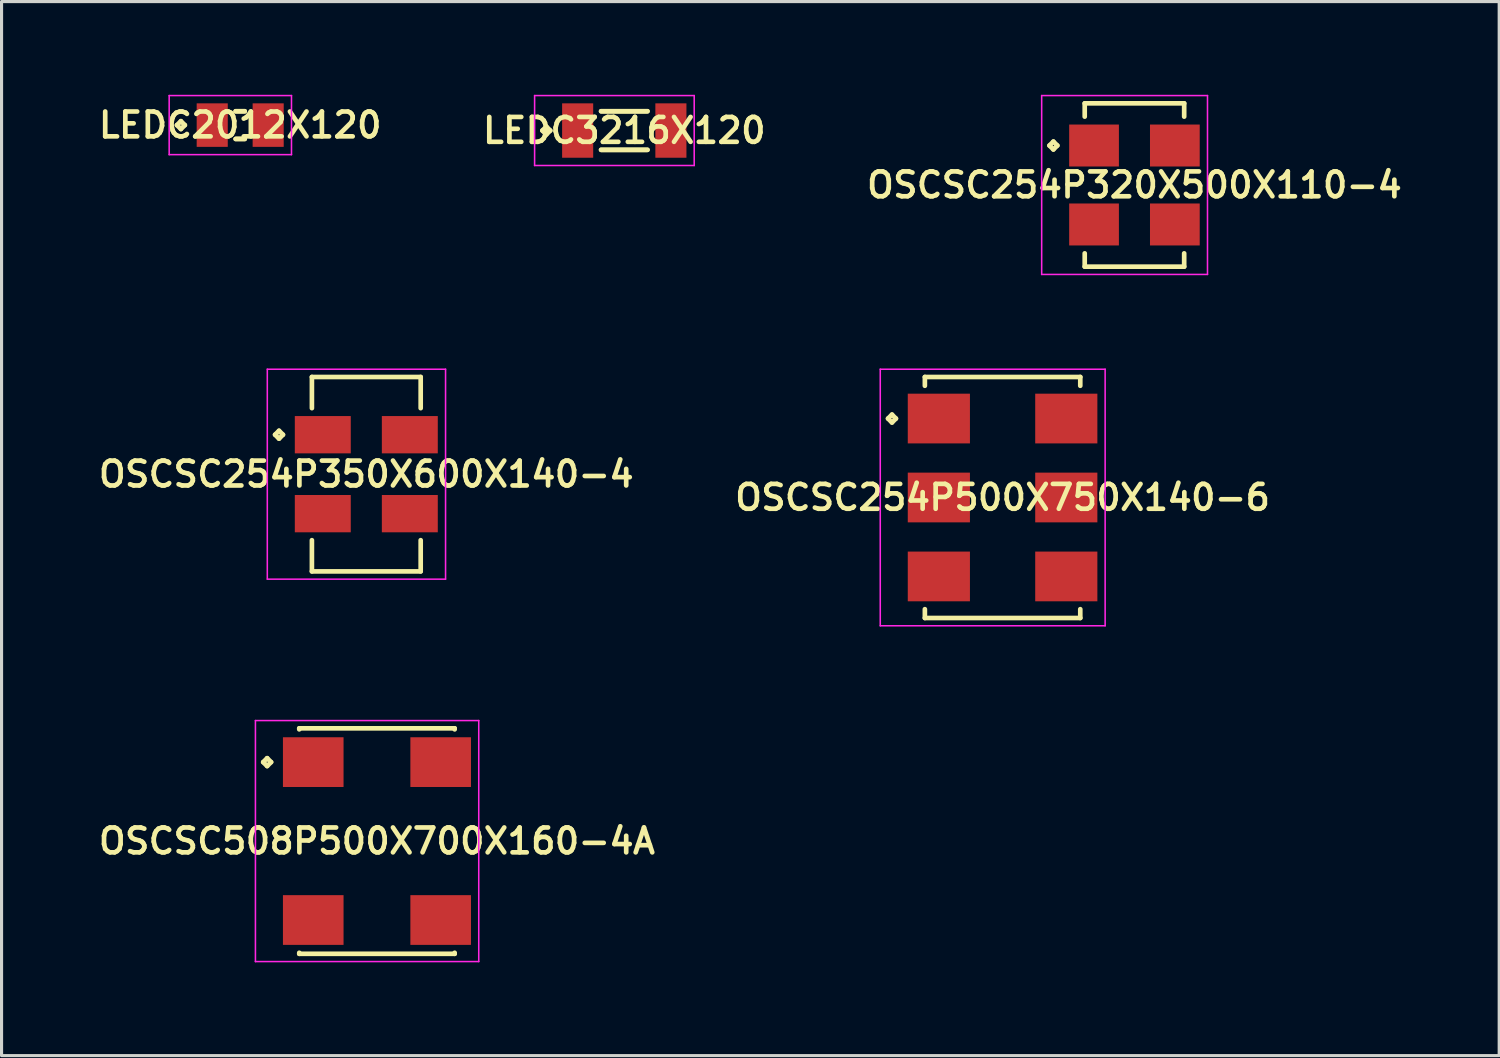
<source format=kicad_pcb>
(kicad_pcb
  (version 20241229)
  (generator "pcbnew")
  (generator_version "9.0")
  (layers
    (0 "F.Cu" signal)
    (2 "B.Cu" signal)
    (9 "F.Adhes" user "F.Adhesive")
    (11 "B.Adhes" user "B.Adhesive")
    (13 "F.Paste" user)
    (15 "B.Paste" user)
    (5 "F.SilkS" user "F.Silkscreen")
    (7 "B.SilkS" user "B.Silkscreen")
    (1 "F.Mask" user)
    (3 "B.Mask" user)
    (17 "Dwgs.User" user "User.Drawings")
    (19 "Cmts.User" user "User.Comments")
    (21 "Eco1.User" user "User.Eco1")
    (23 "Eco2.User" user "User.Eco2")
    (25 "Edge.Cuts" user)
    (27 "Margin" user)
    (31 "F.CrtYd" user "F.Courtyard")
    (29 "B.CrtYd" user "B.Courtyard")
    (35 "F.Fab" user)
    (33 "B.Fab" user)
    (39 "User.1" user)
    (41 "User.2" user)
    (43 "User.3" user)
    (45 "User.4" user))
  (footprint "OSCSC254P320X500X110-4"
    (layer "F.Cu")
    (at 33.449 2.902)
    (property "Reference" "OSCSC254P320X500X110-4" (at 0 0 0) (layer "F.SilkS") (effects (font (size 0.8 0.8) (thickness 0.15))))
    (attr smd)
    (fp_line (start -2.735 -1.27) (end -2.608 -1.397) (stroke (width 0.15) (type solid)) (layer "F.SilkS"))
    (fp_line (start -2.608 -1.397) (end -2.481 -1.27) (stroke (width 0.15) (type solid)) (layer "F.SilkS"))
    (fp_line (start -2.608 -1.143) (end -2.735 -1.27) (stroke (width 0.15) (type solid)) (layer "F.SilkS"))
    (fp_line (start -2.481 -1.27) (end -2.608 -1.143) (stroke (width 0.15) (type solid)) (layer "F.SilkS"))
    (fp_line (start -1.6 -2.627) (end 1.6 -2.627) (stroke (width 0.15) (type solid)) (layer "F.SilkS"))
    (fp_line (start -1.6 -2.199) (end -1.6 -2.627) (stroke (width 0.15) (type solid)) (layer "F.SilkS"))
    (fp_line (start -1.6 2.199) (end -1.6 2.627) (stroke (width 0.15) (type solid)) (layer "F.SilkS"))
    (fp_line (start -1.6 2.627) (end 1.6 2.627) (stroke (width 0.15) (type solid)) (layer "F.SilkS"))
    (fp_line (start 1.6 -2.627) (end 1.6 -2.199) (stroke (width 0.15) (type solid)) (layer "F.SilkS"))
    (fp_line (start 1.6 2.627) (end 1.6 2.199) (stroke (width 0.15) (type solid)) (layer "F.SilkS"))
    (fp_line (start -2.985 -2.877) (end 2.35 -2.877) (stroke (width 0.05) (type solid)) (layer "F.CrtYd"))
    (fp_line (start -2.985 2.877) (end -2.985 -2.877) (stroke (width 0.05) (type solid)) (layer "F.CrtYd"))
    (fp_line (start 2.35 -2.877) (end 2.35 2.877) (stroke (width 0.05) (type solid)) (layer "F.CrtYd"))
    (fp_line (start 2.35 2.877) (end -2.985 2.877) (stroke (width 0.05) (type solid)) (layer "F.CrtYd"))
    (pad "1" smd rect (at -1.3 -1.27) (size 1.6 1.35) (layers "F.Cu" "F.Mask" "F.Paste"))
    (pad "2" smd rect (at -1.3 1.27) (size 1.6 1.35) (layers "F.Cu" "F.Mask" "F.Paste"))
    (pad "3" smd rect (at 1.3 1.27) (size 1.6 1.35) (layers "F.Cu" "F.Mask" "F.Paste"))
    (pad "4" smd rect (at 1.3 -1.27) (size 1.6 1.35) (layers "F.Cu" "F.Mask" "F.Paste")))
  (footprint "OSCSC254P350X600X140-4"
    (layer "F.Cu")
    (at 8.735 12.206)
    (property "Reference" "OSCSC254P350X600X140-4" (at 0 0 0) (layer "F.SilkS") (effects (font (size 0.8 0.8) (thickness 0.15))))
    (attr smd)
    (fp_line (start -2.935 -1.27) (end -2.808 -1.397) (stroke (width 0.15) (type solid)) (layer "F.SilkS"))
    (fp_line (start -2.808 -1.397) (end -2.681 -1.27) (stroke (width 0.15) (type solid)) (layer "F.SilkS"))
    (fp_line (start -2.808 -1.143) (end -2.935 -1.27) (stroke (width 0.15) (type solid)) (layer "F.SilkS"))
    (fp_line (start -2.681 -1.27) (end -2.808 -1.143) (stroke (width 0.15) (type solid)) (layer "F.SilkS"))
    (fp_line (start -1.75 -3.127) (end 1.75 -3.127) (stroke (width 0.15) (type solid)) (layer "F.SilkS"))
    (fp_line (start -1.75 -2.124) (end -1.75 -3.127) (stroke (width 0.15) (type solid)) (layer "F.SilkS"))
    (fp_line (start -1.75 2.124) (end -1.75 3.127) (stroke (width 0.15) (type solid)) (layer "F.SilkS"))
    (fp_line (start -1.75 3.127) (end 1.75 3.127) (stroke (width 0.15) (type solid)) (layer "F.SilkS"))
    (fp_line (start 1.75 -3.127) (end 1.75 -2.124) (stroke (width 0.15) (type solid)) (layer "F.SilkS"))
    (fp_line (start 1.75 3.127) (end 1.75 2.124) (stroke (width 0.15) (type solid)) (layer "F.SilkS"))
    (fp_line (start -3.185 -3.377) (end 2.55 -3.377) (stroke (width 0.05) (type solid)) (layer "F.CrtYd"))
    (fp_line (start -3.185 3.377) (end -3.185 -3.377) (stroke (width 0.05) (type solid)) (layer "F.CrtYd"))
    (fp_line (start 2.55 -3.377) (end 2.55 3.377) (stroke (width 0.05) (type solid)) (layer "F.CrtYd"))
    (fp_line (start 2.55 3.377) (end -3.185 3.377) (stroke (width 0.05) (type solid)) (layer "F.CrtYd"))
    (pad "1" smd rect (at -1.4 -1.27) (size 1.8 1.2) (layers "F.Cu" "F.Mask" "F.Paste"))
    (pad "2" smd rect (at -1.4 1.27) (size 1.8 1.2) (layers "F.Cu" "F.Mask" "F.Paste"))
    (pad "3" smd rect (at 1.4 1.27) (size 1.8 1.2) (layers "F.Cu" "F.Mask" "F.Paste"))
    (pad "4" smd rect (at 1.4 -1.27) (size 1.8 1.2) (layers "F.Cu" "F.Mask" "F.Paste")))
  (footprint "LEDC3216X120"
    (layer "F.Cu")
    (at 17.035 1.15)
    (property "Reference" "LEDC3216X120" (at 0 0 0) (layer "F.SilkS") (effects (font (size 0.8 0.8) (thickness 0.15))))
    (attr smd)
    (fp_line (start -2.635 0) (end -2.508 -0.127) (stroke (width 0.15) (type solid)) (layer "F.SilkS"))
    (fp_line (start -2.508 -0.127) (end -2.381 0) (stroke (width 0.15) (type solid)) (layer "F.SilkS"))
    (fp_line (start -2.508 0.127) (end -2.635 0) (stroke (width 0.15) (type solid)) (layer "F.SilkS"))
    (fp_line (start -2.381 0) (end -2.508 0.127) (stroke (width 0.15) (type solid)) (layer "F.SilkS"))
    (fp_line (start -0.746 -0.621) (end 0.746 -0.621) (stroke (width 0.15) (type solid)) (layer "F.SilkS"))
    (fp_line (start -0.746 0.621) (end 0.746 0.621) (stroke (width 0.15) (type solid)) (layer "F.SilkS"))
    (fp_line (start 0.746 -0.621) (end -0.746 -0.621) (stroke (width 0.15) (type solid)) (layer "F.SilkS"))
    (fp_line (start 0.746 0.621) (end -0.746 0.621) (stroke (width 0.15) (type solid)) (layer "F.SilkS"))
    (fp_line (start -2.885 -1.125) (end 2.25 -1.125) (stroke (width 0.05) (type solid)) (layer "F.CrtYd"))
    (fp_line (start -2.885 1.125) (end -2.885 -1.125) (stroke (width 0.05) (type solid)) (layer "F.CrtYd"))
    (fp_line (start 2.25 -1.125) (end 2.25 1.125) (stroke (width 0.05) (type solid)) (layer "F.CrtYd"))
    (fp_line (start 2.25 1.125) (end -2.885 1.125) (stroke (width 0.05) (type solid)) (layer "F.CrtYd"))
    (pad "1" smd rect (at -1.5 0) (size 1 1.75) (layers "F.Cu" "F.Mask" "F.Paste"))
    (pad "2" smd rect (at 1.5 0) (size 1 1.75) (layers "F.Cu" "F.Mask" "F.Paste")))
  (footprint "OSCSC508P500X700X160-4A"
    (layer "F.Cu")
    (at 9.078 24.01)
    (property "Reference" "OSCSC508P500X700X160-4A" (at 0 0 0) (layer "F.SilkS") (effects (font (size 0.8 0.8) (thickness 0.15))))
    (attr smd)
    (fp_line (start -3.66 -2.54) (end -3.533 -2.667) (stroke (width 0.15) (type solid)) (layer "F.SilkS"))
    (fp_line (start -3.533 -2.667) (end -3.406 -2.54) (stroke (width 0.15) (type solid)) (layer "F.SilkS"))
    (fp_line (start -3.533 -2.413) (end -3.66 -2.54) (stroke (width 0.15) (type solid)) (layer "F.SilkS"))
    (fp_line (start -3.406 -2.54) (end -3.533 -2.413) (stroke (width 0.15) (type solid)) (layer "F.SilkS"))
    (fp_line (start -2.5 -3.627) (end 2.5 -3.627) (stroke (width 0.15) (type solid)) (layer "F.SilkS"))
    (fp_line (start -2.5 -3.594) (end -2.5 -3.627) (stroke (width 0.15) (type solid)) (layer "F.SilkS"))
    (fp_line (start -2.5 3.594) (end -2.5 3.627) (stroke (width 0.15) (type solid)) (layer "F.SilkS"))
    (fp_line (start -2.5 3.627) (end 2.5 3.627) (stroke (width 0.15) (type solid)) (layer "F.SilkS"))
    (fp_line (start 2.5 -3.627) (end 2.5 -3.594) (stroke (width 0.15) (type solid)) (layer "F.SilkS"))
    (fp_line (start 2.5 3.627) (end 2.5 3.594) (stroke (width 0.15) (type solid)) (layer "F.SilkS"))
    (fp_line (start -3.91 -3.877) (end 3.275 -3.877) (stroke (width 0.05) (type solid)) (layer "F.CrtYd"))
    (fp_line (start -3.91 3.877) (end -3.91 -3.877) (stroke (width 0.05) (type solid)) (layer "F.CrtYd"))
    (fp_line (start 3.275 -3.877) (end 3.275 3.877) (stroke (width 0.05) (type solid)) (layer "F.CrtYd"))
    (fp_line (start 3.275 3.877) (end -3.91 3.877) (stroke (width 0.05) (type solid)) (layer "F.CrtYd"))
    (pad "1" smd rect (at -2.05 -2.54) (size 1.95 1.6) (layers "F.Cu" "F.Mask" "F.Paste"))
    (pad "2" smd rect (at -2.05 2.54) (size 1.95 1.6) (layers "F.Cu" "F.Mask" "F.Paste"))
    (pad "3" smd rect (at 2.05 2.54) (size 1.95 1.6) (layers "F.Cu" "F.Mask" "F.Paste"))
    (pad "4" smd rect (at 2.05 -2.54) (size 1.95 1.6) (layers "F.Cu" "F.Mask" "F.Paste")))
  (footprint "OSCSC254P500X750X140-6"
    (layer "F.Cu")
    (at 29.206 12.956)
    (property "Reference" "OSCSC254P500X750X140-6" (at 0 0 0) (layer "F.SilkS") (effects (font (size 0.8 0.8) (thickness 0.15))))
    (attr smd)
    (fp_line (start -3.685 -2.54) (end -3.558 -2.667) (stroke (width 0.15) (type solid)) (layer "F.SilkS"))
    (fp_line (start -3.558 -2.667) (end -3.431 -2.54) (stroke (width 0.15) (type solid)) (layer "F.SilkS"))
    (fp_line (start -3.558 -2.413) (end -3.685 -2.54) (stroke (width 0.15) (type solid)) (layer "F.SilkS"))
    (fp_line (start -3.431 -2.54) (end -3.558 -2.413) (stroke (width 0.15) (type solid)) (layer "F.SilkS"))
    (fp_line (start -2.5 -3.877) (end 2.5 -3.877) (stroke (width 0.15) (type solid)) (layer "F.SilkS"))
    (fp_line (start -2.5 -3.594) (end -2.5 -3.877) (stroke (width 0.15) (type solid)) (layer "F.SilkS"))
    (fp_line (start -2.5 3.594) (end -2.5 3.877) (stroke (width 0.15) (type solid)) (layer "F.SilkS"))
    (fp_line (start -2.5 3.877) (end 2.5 3.877) (stroke (width 0.15) (type solid)) (layer "F.SilkS"))
    (fp_line (start 2.5 -3.877) (end 2.5 -3.594) (stroke (width 0.15) (type solid)) (layer "F.SilkS"))
    (fp_line (start 2.5 3.877) (end 2.5 3.594) (stroke (width 0.15) (type solid)) (layer "F.SilkS"))
    (fp_line (start -3.935 -4.127) (end 3.3 -4.127) (stroke (width 0.05) (type solid)) (layer "F.CrtYd"))
    (fp_line (start -3.935 4.127) (end -3.935 -4.127) (stroke (width 0.05) (type solid)) (layer "F.CrtYd"))
    (fp_line (start 3.3 -4.127) (end 3.3 4.127) (stroke (width 0.05) (type solid)) (layer "F.CrtYd"))
    (fp_line (start 3.3 4.127) (end -3.935 4.127) (stroke (width 0.05) (type solid)) (layer "F.CrtYd"))
    (pad "1" smd rect (at -2.05 -2.54) (size 2 1.6) (layers "F.Cu" "F.Mask" "F.Paste"))
    (pad "2" smd rect (at -2.05 0) (size 2 1.6) (layers "F.Cu" "F.Mask" "F.Paste"))
    (pad "3" smd rect (at -2.05 2.54) (size 2 1.6) (layers "F.Cu" "F.Mask" "F.Paste"))
    (pad "4" smd rect (at 2.05 2.54) (size 2 1.6) (layers "F.Cu" "F.Mask" "F.Paste"))
    (pad "5" smd rect (at 2.05 0) (size 2 1.6) (layers "F.Cu" "F.Mask" "F.Paste"))
    (pad "6" smd rect (at 2.05 -2.54) (size 2 1.6) (layers "F.Cu" "F.Mask" "F.Paste")))
  (footprint "LEDC2012X120"
    (layer "F.Cu")
    (at 4.678 0.975)
    (property "Reference" "LEDC2012X120" (at 0 0 0) (layer "F.SilkS") (effects (font (size 0.8 0.8) (thickness 0.15))))
    (attr smd)
    (fp_line (start -2.035 0) (end -1.908 -0.127) (stroke (width 0.15) (type solid)) (layer "F.SilkS"))
    (fp_line (start -1.908 -0.127) (end -1.781 0) (stroke (width 0.15) (type solid)) (layer "F.SilkS"))
    (fp_line (start -1.908 0.127) (end -2.035 0) (stroke (width 0.15) (type solid)) (layer "F.SilkS"))
    (fp_line (start -1.781 0) (end -1.908 0.127) (stroke (width 0.15) (type solid)) (layer "F.SilkS"))
    (fp_line (start -0.146 -0.446) (end 0.146 -0.446) (stroke (width 0.15) (type solid)) (layer "F.SilkS"))
    (fp_line (start -0.146 0.446) (end 0.146 0.446) (stroke (width 0.15) (type solid)) (layer "F.SilkS"))
    (fp_line (start 0.146 -0.446) (end -0.146 -0.446) (stroke (width 0.15) (type solid)) (layer "F.SilkS"))
    (fp_line (start 0.146 0.446) (end -0.146 0.446) (stroke (width 0.15) (type solid)) (layer "F.SilkS"))
    (fp_line (start -2.285 -0.95) (end 1.65 -0.95) (stroke (width 0.05) (type solid)) (layer "F.CrtYd"))
    (fp_line (start -2.285 0.95) (end -2.285 -0.95) (stroke (width 0.05) (type solid)) (layer "F.CrtYd"))
    (fp_line (start 1.65 -0.95) (end 1.65 0.95) (stroke (width 0.05) (type solid)) (layer "F.CrtYd"))
    (fp_line (start 1.65 0.95) (end -2.285 0.95) (stroke (width 0.05) (type solid)) (layer "F.CrtYd"))
    (pad "1" smd rect (at -0.9 0) (size 1 1.4) (layers "F.Cu" "F.Mask" "F.Paste"))
    (pad "2" smd rect (at 0.9 0) (size 1 1.4) (layers "F.Cu" "F.Mask" "F.Paste")))
  (gr_rect
    (start -3 -3)
    (end 45.184 30.912)
    (stroke (width 0.1) (type default))
    (fill no)
    (layer "Edge.Cuts")))
</source>
